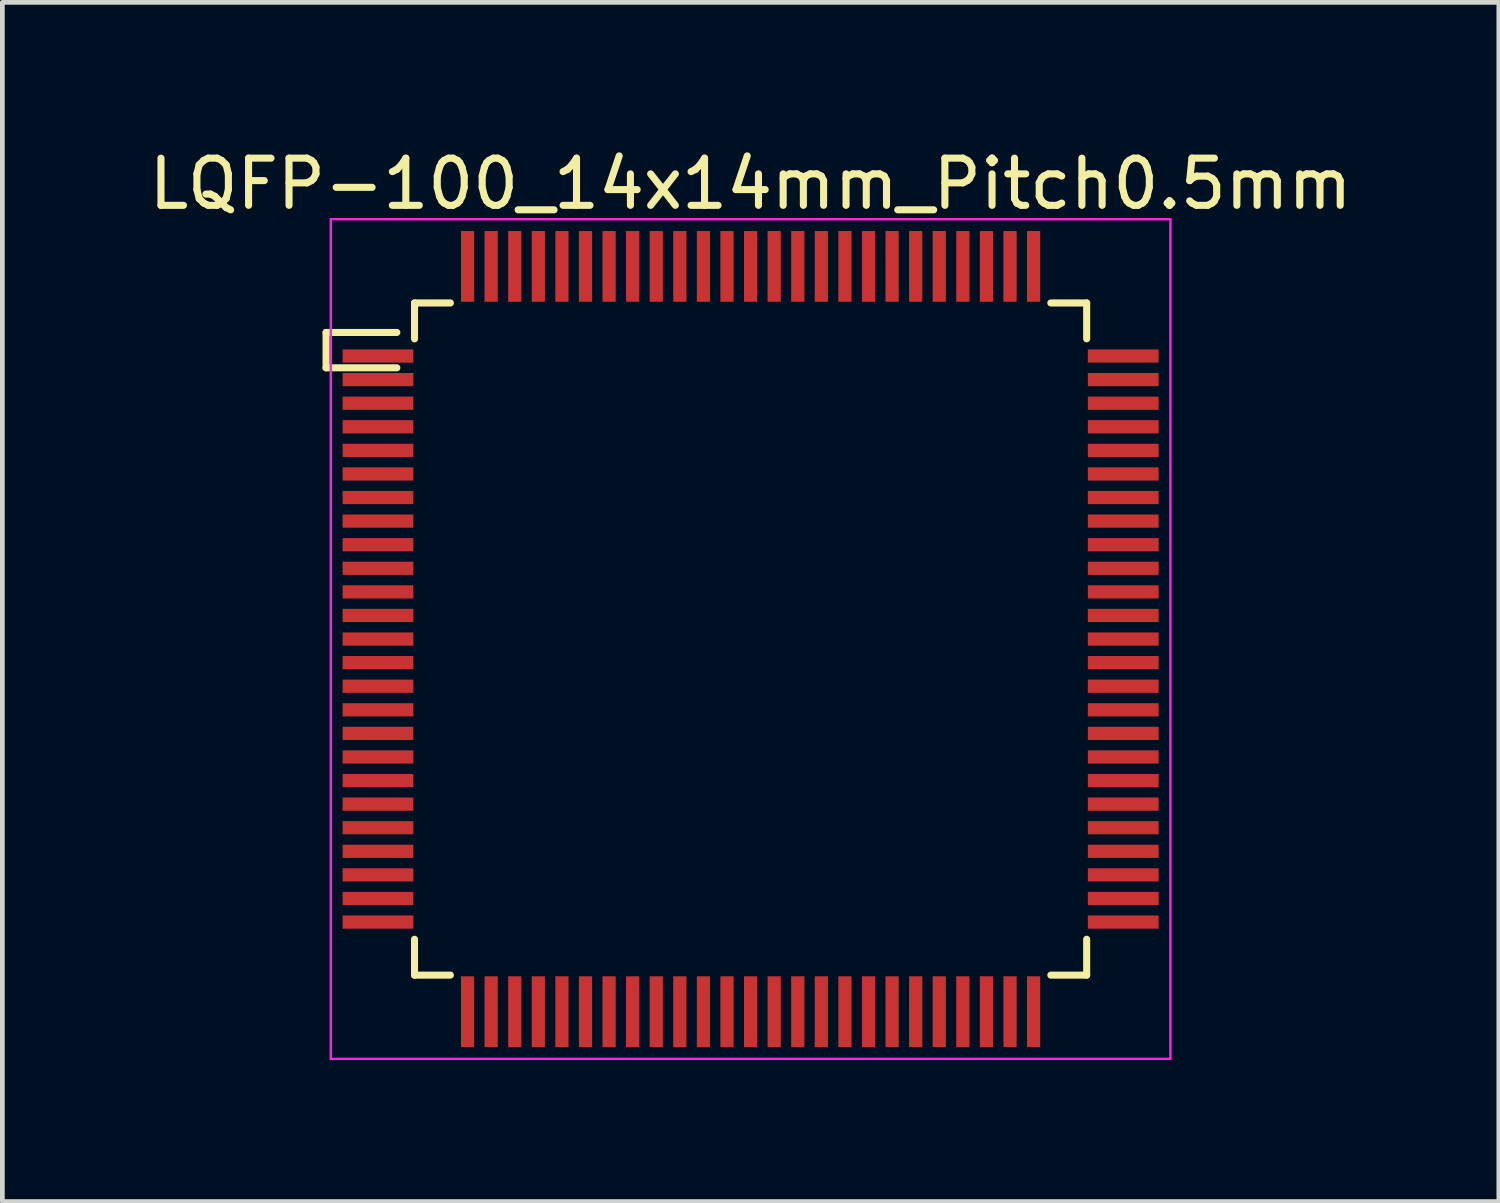
<source format=kicad_pcb>
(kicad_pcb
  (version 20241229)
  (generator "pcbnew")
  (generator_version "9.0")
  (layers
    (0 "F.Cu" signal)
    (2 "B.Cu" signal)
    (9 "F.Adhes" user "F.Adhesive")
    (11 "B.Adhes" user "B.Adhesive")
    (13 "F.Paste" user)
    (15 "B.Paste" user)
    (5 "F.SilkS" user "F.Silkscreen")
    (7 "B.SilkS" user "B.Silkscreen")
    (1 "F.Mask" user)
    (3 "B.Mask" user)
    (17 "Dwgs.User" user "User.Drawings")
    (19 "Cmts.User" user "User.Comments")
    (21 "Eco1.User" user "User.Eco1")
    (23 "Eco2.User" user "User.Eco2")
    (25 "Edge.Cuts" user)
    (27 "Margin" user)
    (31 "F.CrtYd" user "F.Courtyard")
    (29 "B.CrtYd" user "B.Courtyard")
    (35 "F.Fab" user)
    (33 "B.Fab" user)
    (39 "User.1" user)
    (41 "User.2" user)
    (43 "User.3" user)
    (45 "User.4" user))
  (footprint "LQFP-100_14x14mm_Pitch0.5mm"
    (layer "F.Cu")
    (at 12.863 10.498)
    (property "Reference" "LQFP-100_14x14mm_Pitch0.5mm" (at 0 -9.65 0) (layer "F.SilkS") (effects (font (size 1 1) (thickness 0.15))))
    (attr smd)
    (fp_line (start -9 -6.5) (end -9 -5.75) (stroke (width 0.15) (type solid)) (layer "F.SilkS"))
    (fp_line (start -9 -5.75) (end -7.5 -5.75) (stroke (width 0.15) (type solid)) (layer "F.SilkS"))
    (fp_line (start -7.5 -6.5) (end -9 -6.5) (stroke (width 0.15) (type solid)) (layer "F.SilkS"))
    (fp_line (start -7.125 -7.125) (end -7.125 -6.365) (stroke (width 0.15) (type solid)) (layer "F.SilkS"))
    (fp_line (start -7.125 -7.125) (end -6.365 -7.125) (stroke (width 0.15) (type solid)) (layer "F.SilkS"))
    (fp_line (start -7.125 7.125) (end -7.125 6.365) (stroke (width 0.15) (type solid)) (layer "F.SilkS"))
    (fp_line (start -7.125 7.125) (end -6.365 7.125) (stroke (width 0.15) (type solid)) (layer "F.SilkS"))
    (fp_line (start 7.125 -7.125) (end 6.365 -7.125) (stroke (width 0.15) (type solid)) (layer "F.SilkS"))
    (fp_line (start 7.125 -7.125) (end 7.125 -6.365) (stroke (width 0.15) (type solid)) (layer "F.SilkS"))
    (fp_line (start 7.125 7.125) (end 6.365 7.125) (stroke (width 0.15) (type solid)) (layer "F.SilkS"))
    (fp_line (start 7.125 7.125) (end 7.125 6.365) (stroke (width 0.15) (type solid)) (layer "F.SilkS"))
    (fp_line (start -8.9 -8.9) (end -8.9 8.9) (stroke (width 0.05) (type solid)) (layer "F.CrtYd"))
    (fp_line (start -8.9 -8.9) (end 8.9 -8.9) (stroke (width 0.05) (type solid)) (layer "F.CrtYd"))
    (fp_line (start -8.9 8.9) (end 8.9 8.9) (stroke (width 0.05) (type solid)) (layer "F.CrtYd"))
    (fp_line (start 8.9 -8.9) (end 8.9 8.9) (stroke (width 0.05) (type solid)) (layer "F.CrtYd"))
    (pad "1" smd rect (at -7.9 -6) (size 1.5 0.28) (layers "F.Cu" "F.Mask" "F.Paste"))
    (pad "2" smd rect (at -7.9 -5.5) (size 1.5 0.28) (layers "F.Cu" "F.Mask" "F.Paste"))
    (pad "3" smd rect (at -7.9 -5) (size 1.5 0.28) (layers "F.Cu" "F.Mask" "F.Paste"))
    (pad "4" smd rect (at -7.9 -4.5) (size 1.5 0.28) (layers "F.Cu" "F.Mask" "F.Paste"))
    (pad "5" smd rect (at -7.9 -4) (size 1.5 0.28) (layers "F.Cu" "F.Mask" "F.Paste"))
    (pad "6" smd rect (at -7.9 -3.5) (size 1.5 0.28) (layers "F.Cu" "F.Mask" "F.Paste"))
    (pad "7" smd rect (at -7.9 -3) (size 1.5 0.28) (layers "F.Cu" "F.Mask" "F.Paste"))
    (pad "8" smd rect (at -7.9 -2.5) (size 1.5 0.28) (layers "F.Cu" "F.Mask" "F.Paste"))
    (pad "9" smd rect (at -7.9 -2) (size 1.5 0.28) (layers "F.Cu" "F.Mask" "F.Paste"))
    (pad "10" smd rect (at -7.9 -1.5) (size 1.5 0.28) (layers "F.Cu" "F.Mask" "F.Paste"))
    (pad "11" smd rect (at -7.9 -1) (size 1.5 0.28) (layers "F.Cu" "F.Mask" "F.Paste"))
    (pad "12" smd rect (at -7.9 -0.5) (size 1.5 0.28) (layers "F.Cu" "F.Mask" "F.Paste"))
    (pad "13" smd rect (at -7.9 0) (size 1.5 0.28) (layers "F.Cu" "F.Mask" "F.Paste"))
    (pad "14" smd rect (at -7.9 0.5) (size 1.5 0.28) (layers "F.Cu" "F.Mask" "F.Paste"))
    (pad "15" smd rect (at -7.9 1) (size 1.5 0.28) (layers "F.Cu" "F.Mask" "F.Paste"))
    (pad "16" smd rect (at -7.9 1.5) (size 1.5 0.28) (layers "F.Cu" "F.Mask" "F.Paste"))
    (pad "17" smd rect (at -7.9 2) (size 1.5 0.28) (layers "F.Cu" "F.Mask" "F.Paste"))
    (pad "18" smd rect (at -7.9 2.5) (size 1.5 0.28) (layers "F.Cu" "F.Mask" "F.Paste"))
    (pad "19" smd rect (at -7.9 3) (size 1.5 0.28) (layers "F.Cu" "F.Mask" "F.Paste"))
    (pad "20" smd rect (at -7.9 3.5) (size 1.5 0.28) (layers "F.Cu" "F.Mask" "F.Paste"))
    (pad "21" smd rect (at -7.9 4) (size 1.5 0.28) (layers "F.Cu" "F.Mask" "F.Paste"))
    (pad "22" smd rect (at -7.9 4.5) (size 1.5 0.28) (layers "F.Cu" "F.Mask" "F.Paste"))
    (pad "23" smd rect (at -7.9 5) (size 1.5 0.28) (layers "F.Cu" "F.Mask" "F.Paste"))
    (pad "24" smd rect (at -7.9 5.5) (size 1.5 0.28) (layers "F.Cu" "F.Mask" "F.Paste"))
    (pad "25" smd rect (at -7.9 6) (size 1.5 0.28) (layers "F.Cu" "F.Mask" "F.Paste"))
    (pad "26" smd rect (at -6 7.9 90) (size 1.5 0.28) (layers "F.Cu" "F.Mask" "F.Paste"))
    (pad "27" smd rect (at -5.5 7.9 90) (size 1.5 0.28) (layers "F.Cu" "F.Mask" "F.Paste"))
    (pad "28" smd rect (at -5 7.9 90) (size 1.5 0.28) (layers "F.Cu" "F.Mask" "F.Paste"))
    (pad "29" smd rect (at -4.5 7.9 90) (size 1.5 0.28) (layers "F.Cu" "F.Mask" "F.Paste"))
    (pad "30" smd rect (at -4 7.9 90) (size 1.5 0.28) (layers "F.Cu" "F.Mask" "F.Paste"))
    (pad "31" smd rect (at -3.5 7.9 90) (size 1.5 0.28) (layers "F.Cu" "F.Mask" "F.Paste"))
    (pad "32" smd rect (at -3 7.9 90) (size 1.5 0.28) (layers "F.Cu" "F.Mask" "F.Paste"))
    (pad "33" smd rect (at -2.5 7.9 90) (size 1.5 0.28) (layers "F.Cu" "F.Mask" "F.Paste"))
    (pad "34" smd rect (at -2 7.9 90) (size 1.5 0.28) (layers "F.Cu" "F.Mask" "F.Paste"))
    (pad "35" smd rect (at -1.5 7.9 90) (size 1.5 0.28) (layers "F.Cu" "F.Mask" "F.Paste"))
    (pad "36" smd rect (at -1 7.9 90) (size 1.5 0.28) (layers "F.Cu" "F.Mask" "F.Paste"))
    (pad "37" smd rect (at -0.5 7.9 90) (size 1.5 0.28) (layers "F.Cu" "F.Mask" "F.Paste"))
    (pad "38" smd rect (at 0 7.9 90) (size 1.5 0.28) (layers "F.Cu" "F.Mask" "F.Paste"))
    (pad "39" smd rect (at 0.5 7.9 90) (size 1.5 0.28) (layers "F.Cu" "F.Mask" "F.Paste"))
    (pad "40" smd rect (at 1 7.9 90) (size 1.5 0.28) (layers "F.Cu" "F.Mask" "F.Paste"))
    (pad "41" smd rect (at 1.5 7.9 90) (size 1.5 0.28) (layers "F.Cu" "F.Mask" "F.Paste"))
    (pad "42" smd rect (at 2 7.9 90) (size 1.5 0.28) (layers "F.Cu" "F.Mask" "F.Paste"))
    (pad "43" smd rect (at 2.5 7.9 90) (size 1.5 0.28) (layers "F.Cu" "F.Mask" "F.Paste"))
    (pad "44" smd rect (at 3 7.9 90) (size 1.5 0.28) (layers "F.Cu" "F.Mask" "F.Paste"))
    (pad "45" smd rect (at 3.5 7.9 90) (size 1.5 0.28) (layers "F.Cu" "F.Mask" "F.Paste"))
    (pad "46" smd rect (at 4 7.9 90) (size 1.5 0.28) (layers "F.Cu" "F.Mask" "F.Paste"))
    (pad "47" smd rect (at 4.5 7.9 90) (size 1.5 0.28) (layers "F.Cu" "F.Mask" "F.Paste"))
    (pad "48" smd rect (at 5 7.9 90) (size 1.5 0.28) (layers "F.Cu" "F.Mask" "F.Paste"))
    (pad "49" smd rect (at 5.5 7.9 90) (size 1.5 0.28) (layers "F.Cu" "F.Mask" "F.Paste"))
    (pad "50" smd rect (at 6 7.9 90) (size 1.5 0.28) (layers "F.Cu" "F.Mask" "F.Paste"))
    (pad "51" smd rect (at 7.9 6) (size 1.5 0.28) (layers "F.Cu" "F.Mask" "F.Paste"))
    (pad "52" smd rect (at 7.9 5.5) (size 1.5 0.28) (layers "F.Cu" "F.Mask" "F.Paste"))
    (pad "53" smd rect (at 7.9 5) (size 1.5 0.28) (layers "F.Cu" "F.Mask" "F.Paste"))
    (pad "54" smd rect (at 7.9 4.5) (size 1.5 0.28) (layers "F.Cu" "F.Mask" "F.Paste"))
    (pad "55" smd rect (at 7.9 4) (size 1.5 0.28) (layers "F.Cu" "F.Mask" "F.Paste"))
    (pad "56" smd rect (at 7.9 3.5) (size 1.5 0.28) (layers "F.Cu" "F.Mask" "F.Paste"))
    (pad "57" smd rect (at 7.9 3) (size 1.5 0.28) (layers "F.Cu" "F.Mask" "F.Paste"))
    (pad "58" smd rect (at 7.9 2.5) (size 1.5 0.28) (layers "F.Cu" "F.Mask" "F.Paste"))
    (pad "59" smd rect (at 7.9 2) (size 1.5 0.28) (layers "F.Cu" "F.Mask" "F.Paste"))
    (pad "60" smd rect (at 7.9 1.5) (size 1.5 0.28) (layers "F.Cu" "F.Mask" "F.Paste"))
    (pad "61" smd rect (at 7.9 1) (size 1.5 0.28) (layers "F.Cu" "F.Mask" "F.Paste"))
    (pad "62" smd rect (at 7.9 0.5) (size 1.5 0.28) (layers "F.Cu" "F.Mask" "F.Paste"))
    (pad "63" smd rect (at 7.9 0) (size 1.5 0.28) (layers "F.Cu" "F.Mask" "F.Paste"))
    (pad "64" smd rect (at 7.9 -0.5) (size 1.5 0.28) (layers "F.Cu" "F.Mask" "F.Paste"))
    (pad "65" smd rect (at 7.9 -1) (size 1.5 0.28) (layers "F.Cu" "F.Mask" "F.Paste"))
    (pad "66" smd rect (at 7.9 -1.5) (size 1.5 0.28) (layers "F.Cu" "F.Mask" "F.Paste"))
    (pad "67" smd rect (at 7.9 -2) (size 1.5 0.28) (layers "F.Cu" "F.Mask" "F.Paste"))
    (pad "68" smd rect (at 7.9 -2.5) (size 1.5 0.28) (layers "F.Cu" "F.Mask" "F.Paste"))
    (pad "69" smd rect (at 7.9 -3) (size 1.5 0.28) (layers "F.Cu" "F.Mask" "F.Paste"))
    (pad "70" smd rect (at 7.9 -3.5) (size 1.5 0.28) (layers "F.Cu" "F.Mask" "F.Paste"))
    (pad "71" smd rect (at 7.9 -4) (size 1.5 0.28) (layers "F.Cu" "F.Mask" "F.Paste"))
    (pad "72" smd rect (at 7.9 -4.5) (size 1.5 0.28) (layers "F.Cu" "F.Mask" "F.Paste"))
    (pad "73" smd rect (at 7.9 -5) (size 1.5 0.28) (layers "F.Cu" "F.Mask" "F.Paste"))
    (pad "74" smd rect (at 7.9 -5.5) (size 1.5 0.28) (layers "F.Cu" "F.Mask" "F.Paste"))
    (pad "75" smd rect (at 7.9 -6) (size 1.5 0.28) (layers "F.Cu" "F.Mask" "F.Paste"))
    (pad "76" smd rect (at 6 -7.9 90) (size 1.5 0.28) (layers "F.Cu" "F.Mask" "F.Paste"))
    (pad "77" smd rect (at 5.5 -7.9 90) (size 1.5 0.28) (layers "F.Cu" "F.Mask" "F.Paste"))
    (pad "78" smd rect (at 5 -7.9 90) (size 1.5 0.28) (layers "F.Cu" "F.Mask" "F.Paste"))
    (pad "79" smd rect (at 4.5 -7.9 90) (size 1.5 0.28) (layers "F.Cu" "F.Mask" "F.Paste"))
    (pad "80" smd rect (at 4 -7.9 90) (size 1.5 0.28) (layers "F.Cu" "F.Mask" "F.Paste"))
    (pad "81" smd rect (at 3.5 -7.9 90) (size 1.5 0.28) (layers "F.Cu" "F.Mask" "F.Paste"))
    (pad "82" smd rect (at 3 -7.9 90) (size 1.5 0.28) (layers "F.Cu" "F.Mask" "F.Paste"))
    (pad "83" smd rect (at 2.5 -7.9 90) (size 1.5 0.28) (layers "F.Cu" "F.Mask" "F.Paste"))
    (pad "84" smd rect (at 2 -7.9 90) (size 1.5 0.28) (layers "F.Cu" "F.Mask" "F.Paste"))
    (pad "85" smd rect (at 1.5 -7.9 90) (size 1.5 0.28) (layers "F.Cu" "F.Mask" "F.Paste"))
    (pad "86" smd rect (at 1 -7.9 90) (size 1.5 0.28) (layers "F.Cu" "F.Mask" "F.Paste"))
    (pad "87" smd rect (at 0.5 -7.9 90) (size 1.5 0.28) (layers "F.Cu" "F.Mask" "F.Paste"))
    (pad "88" smd rect (at 0 -7.9 90) (size 1.5 0.28) (layers "F.Cu" "F.Mask" "F.Paste"))
    (pad "89" smd rect (at -0.5 -7.9 90) (size 1.5 0.28) (layers "F.Cu" "F.Mask" "F.Paste"))
    (pad "90" smd rect (at -1 -7.9 90) (size 1.5 0.28) (layers "F.Cu" "F.Mask" "F.Paste"))
    (pad "91" smd rect (at -1.5 -7.9 90) (size 1.5 0.28) (layers "F.Cu" "F.Mask" "F.Paste"))
    (pad "92" smd rect (at -2 -7.9 90) (size 1.5 0.28) (layers "F.Cu" "F.Mask" "F.Paste"))
    (pad "93" smd rect (at -2.5 -7.9 90) (size 1.5 0.28) (layers "F.Cu" "F.Mask" "F.Paste"))
    (pad "94" smd rect (at -3 -7.9 90) (size 1.5 0.28) (layers "F.Cu" "F.Mask" "F.Paste"))
    (pad "95" smd rect (at -3.5 -7.9 90) (size 1.5 0.28) (layers "F.Cu" "F.Mask" "F.Paste"))
    (pad "96" smd rect (at -4 -7.9 90) (size 1.5 0.28) (layers "F.Cu" "F.Mask" "F.Paste"))
    (pad "97" smd rect (at -4.5 -7.9 90) (size 1.5 0.28) (layers "F.Cu" "F.Mask" "F.Paste"))
    (pad "98" smd rect (at -5 -7.9 90) (size 1.5 0.28) (layers "F.Cu" "F.Mask" "F.Paste"))
    (pad "99" smd rect (at -5.5 -7.9 90) (size 1.5 0.28) (layers "F.Cu" "F.Mask" "F.Paste"))
    (pad "100" smd rect (at -6 -7.9 90) (size 1.5 0.28) (layers "F.Cu" "F.Mask" "F.Paste")))
  (gr_rect
    (start -3 -3)
    (end 28.726 22.423)
    (stroke (width 0.1) (type default))
    (fill no)
    (layer "Edge.Cuts")))
</source>
